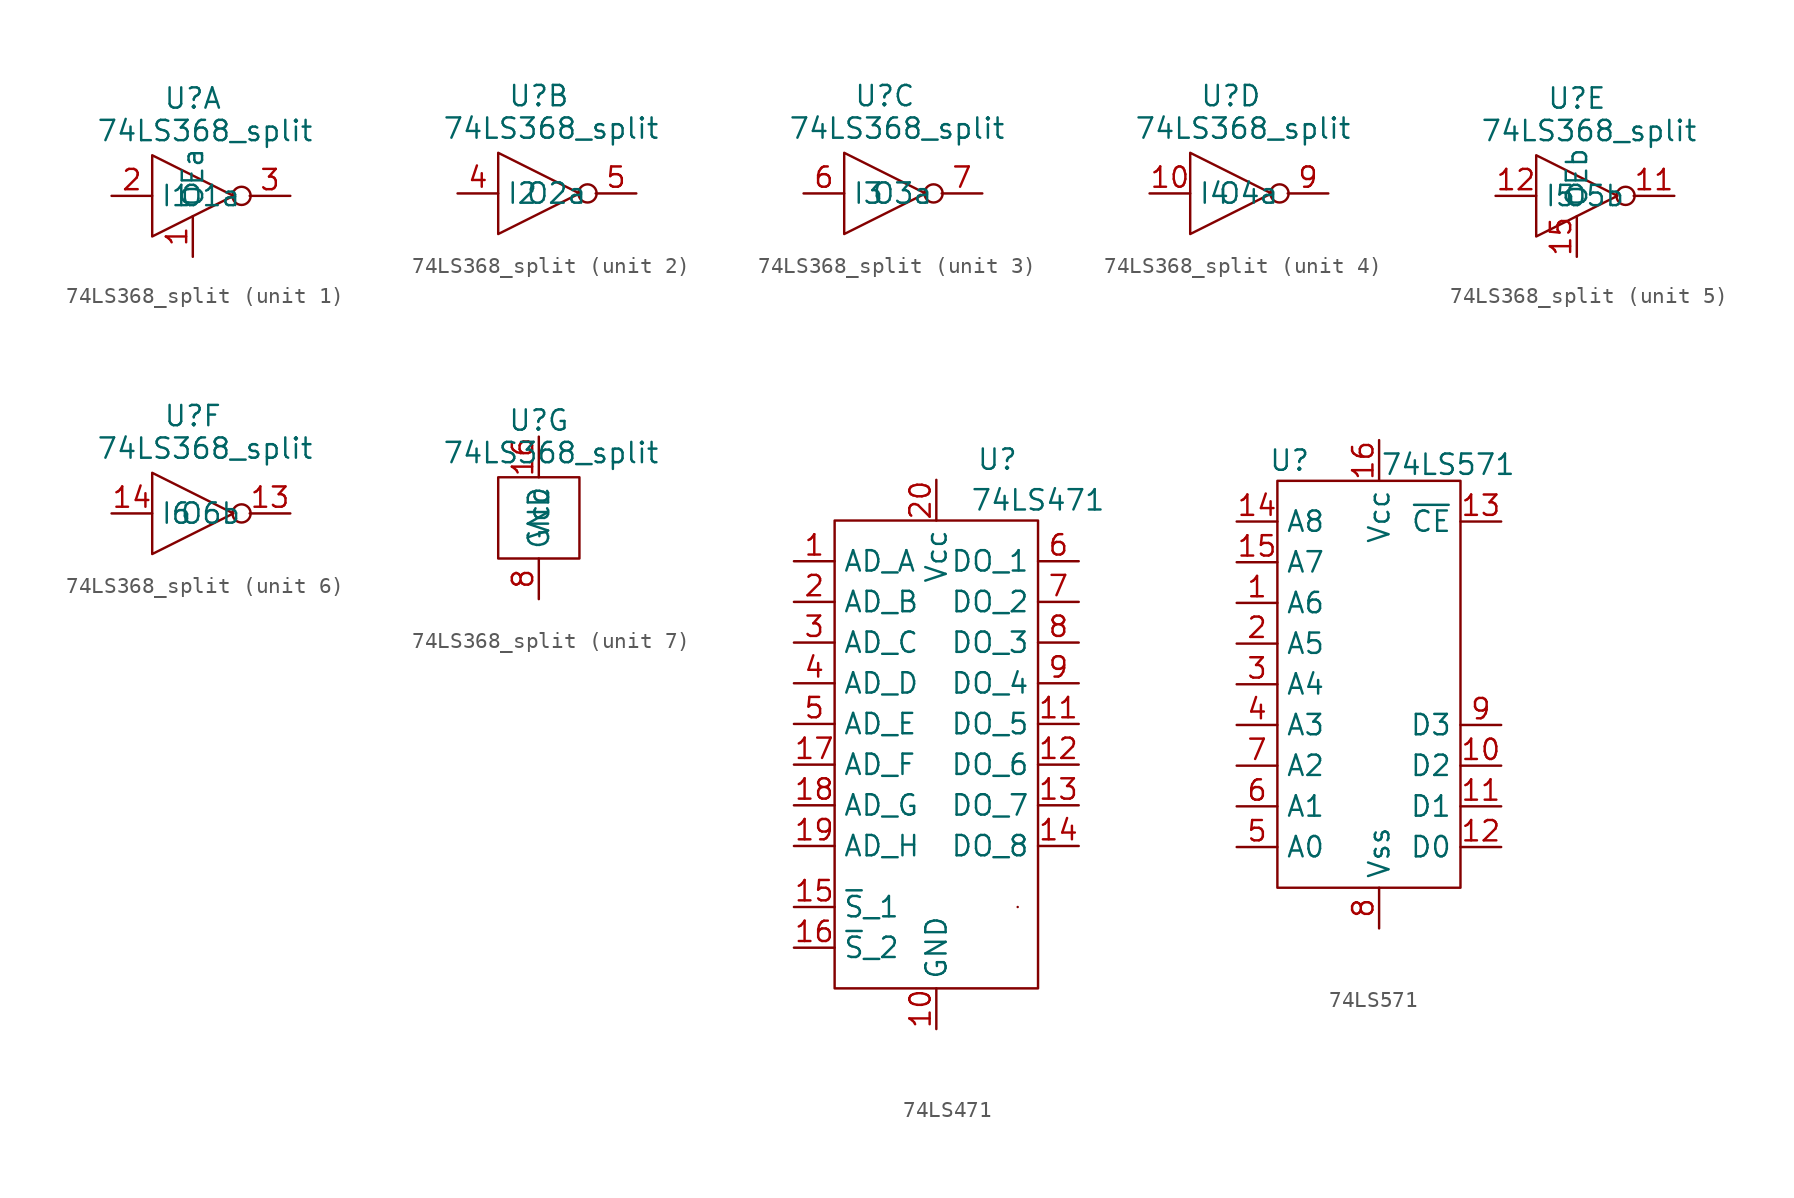
<source format=kicad_sym>
(kicad_symbol_lib
  (version 20231120)
  (generator "kicad_symbol_editor")
  (generator_version "8.0")
  (symbol "74LS368_split"
    (property "Reference" "U"
      (at 0 3.556 0)
      (effects (font (size 1.27 1.27))))
    (property "Value" "74LS368_split"
      (at 0.762 1.524 0)
      (effects (font (size 1.27 1.27))))
    (symbol "74LS368_split_1_1"
      (polyline (pts (xy -2.54 0) (xy 2.54 -2.54) (xy -2.54 -5.08) (xy -2.54 0)) (stroke (width 0.152) (type default)) (fill (type none)))
      (circle (center 3.048 -2.54) (radius 0.568) (stroke (width 0.152) (type default)) (fill (type none)))
      (pin input line (at 0 -6.35 90) (length 2.54) (name "OEa" (effects (font (size 1.27 1.27)))) (number "1" (effects (font (size 1.27 1.27)))))
      (pin input line (at -5.08 -2.54 0) (length 2.54) (name "I1" (effects (font (size 1.27 1.27)))) (number "2" (effects (font (size 1.27 1.27)))))
      (pin tri_state line (at 6.096 -2.54 180) (length 2.54) (name "O1a" (effects (font (size 1.27 1.27)))) (number "3" (effects (font (size 1.27 1.27))))))
    (symbol "74LS368_split_2_1"
      (polyline (pts (xy -2.54 0) (xy 2.54 -2.54) (xy -2.54 -5.08) (xy -2.54 0)) (stroke (width 0.152) (type default)) (fill (type none)))
      (circle (center 3.048 -2.54) (radius 0.568) (stroke (width 0.152) (type default)) (fill (type none)))
      (pin input line (at -5.08 -2.54 0) (length 2.54) (name "I2" (effects (font (size 1.27 1.27)))) (number "4" (effects (font (size 1.27 1.27)))))
      (pin tri_state line (at 6.096 -2.54 180) (length 2.54) (name "O2a" (effects (font (size 1.27 1.27)))) (number "5" (effects (font (size 1.27 1.27))))))
    (symbol "74LS368_split_3_1"
      (polyline (pts (xy -2.54 0) (xy 2.54 -2.54) (xy -2.54 -5.08) (xy -2.54 0)) (stroke (width 0.152) (type default)) (fill (type none)))
      (circle (center 3.048 -2.54) (radius 0.568) (stroke (width 0.152) (type default)) (fill (type none)))
      (pin input line (at -5.08 -2.54 0) (length 2.54) (name "I3" (effects (font (size 1.27 1.27)))) (number "6" (effects (font (size 1.27 1.27)))))
      (pin tri_state line (at 6.096 -2.54 180) (length 2.54) (name "O3a" (effects (font (size 1.27 1.27)))) (number "7" (effects (font (size 1.27 1.27))))))
    (symbol "74LS368_split_4_1"
      (polyline (pts (xy -2.54 0) (xy 2.54 -2.54) (xy -2.54 -5.08) (xy -2.54 0)) (stroke (width 0.152) (type default)) (fill (type none)))
      (circle (center 3.048 -2.54) (radius 0.568) (stroke (width 0.152) (type default)) (fill (type none)))
      (pin input line (at -5.08 -2.54 0) (length 2.54) (name "I4" (effects (font (size 1.27 1.27)))) (number "10" (effects (font (size 1.27 1.27)))))
      (pin tri_state line (at 6.096 -2.54 180) (length 2.54) (name "O4a" (effects (font (size 1.27 1.27)))) (number "9" (effects (font (size 1.27 1.27))))))
    (symbol "74LS368_split_5_1"
      (polyline (pts (xy -2.54 0) (xy 2.54 -2.54) (xy -2.54 -5.08) (xy -2.54 0)) (stroke (width 0.152) (type default)) (fill (type none)))
      (circle (center 3.048 -2.54) (radius 0.568) (stroke (width 0.152) (type default)) (fill (type none)))
      (pin tri_state line (at 6.096 -2.54 180) (length 2.54) (name "O5b" (effects (font (size 1.27 1.27)))) (number "11" (effects (font (size 1.27 1.27)))))
      (pin input line (at -5.08 -2.54 0) (length 2.54) (name "I5" (effects (font (size 1.27 1.27)))) (number "12" (effects (font (size 1.27 1.27)))))
      (pin input line (at 0 -6.35 90) (length 2.54) (name "OEb" (effects (font (size 1.27 1.27)))) (number "15" (effects (font (size 1.27 1.27))))))
    (symbol "74LS368_split_6_1"
      (polyline (pts (xy -2.54 0) (xy 2.54 -2.54) (xy -2.54 -5.08) (xy -2.54 0)) (stroke (width 0.152) (type default)) (fill (type none)))
      (circle (center 3.048 -2.54) (radius 0.568) (stroke (width 0.152) (type default)) (fill (type none)))
      (pin tri_state line (at 6.096 -2.54 180) (length 2.54) (name "O6b" (effects (font (size 1.27 1.27)))) (number "13" (effects (font (size 1.27 1.27)))))
      (pin input line (at -5.08 -2.54 0) (length 2.54) (name "I6" (effects (font (size 1.27 1.27)))) (number "14" (effects (font (size 1.27 1.27))))))
    (symbol "74LS368_split_7_1"
      (rectangle (start -2.54 0) (end 2.54 -5.08) (stroke (width 0.152) (type default)) (fill (type none)))
      (pin power_in line (at 0 2.54 270) (length 2.54) (name "Vcc" (effects (font (size 1.27 1.27)))) (number "16" (effects (font (size 1.27 1.27)))))
      (pin power_in line (at 0 -7.62 90) (length 2.54) (name "GND" (effects (font (size 1.27 1.27)))) (number "8" (effects (font (size 1.27 1.27)))))))
  (symbol "74LS471"
    (property "Reference" "U"
      (at 3.81 3.81 0)
      (effects (font (size 1.27 1.27))))
    (property "Value" "74LS471"
      (at 6.35 1.27 0)
      (effects (font (size 1.27 1.27))))
    (symbol "74LS471_0_1"
      (rectangle (start -6.35 0) (end 6.35 -29.21) (stroke (width 0.152) (type default)) (fill (type none)))
      (rectangle (start 5.08 -24.13) (end 5.08 -24.13) (stroke (width 0.152) (type default)) (fill (type none))))
    (symbol "74LS471_1_1"
      (pin input line (at -8.89 -2.54 0) (length 2.54) (name "AD_A" (effects (font (size 1.27 1.27)))) (number "1" (effects (font (size 1.27 1.27)))))
      (pin power_in line (at 0 -31.75 90) (length 2.54) (name "GND" (effects (font (size 1.27 1.27)))) (number "10" (effects (font (size 1.27 1.27)))))
      (pin tri_state line (at 8.89 -12.7 180) (length 2.54) (name "DO_5" (effects (font (size 1.27 1.27)))) (number "11" (effects (font (size 1.27 1.27)))))
      (pin tri_state line (at 8.89 -15.24 180) (length 2.54) (name "DO_6" (effects (font (size 1.27 1.27)))) (number "12" (effects (font (size 1.27 1.27)))))
      (pin tri_state line (at 8.89 -17.78 180) (length 2.54) (name "DO_7" (effects (font (size 1.27 1.27)))) (number "13" (effects (font (size 1.27 1.27)))))
      (pin tri_state line (at 8.89 -20.32 180) (length 2.54) (name "DO_8" (effects (font (size 1.27 1.27)))) (number "14" (effects (font (size 1.27 1.27)))))
      (pin input line (at -8.89 -24.13 0) (length 2.54) (name "~{S}_1" (effects (font (size 1.27 1.27)))) (number "15" (effects (font (size 1.27 1.27)))))
      (pin input line (at -8.89 -26.67 0) (length 2.54) (name "~{S}_2" (effects (font (size 1.27 1.27)))) (number "16" (effects (font (size 1.27 1.27)))))
      (pin input line (at -8.89 -15.24 0) (length 2.54) (name "AD_F" (effects (font (size 1.27 1.27)))) (number "17" (effects (font (size 1.27 1.27)))))
      (pin input line (at -8.89 -17.78 0) (length 2.54) (name "AD_G" (effects (font (size 1.27 1.27)))) (number "18" (effects (font (size 1.27 1.27)))))
      (pin input line (at -8.89 -20.32 0) (length 2.54) (name "AD_H" (effects (font (size 1.27 1.27)))) (number "19" (effects (font (size 1.27 1.27)))))
      (pin input line (at -8.89 -5.08 0) (length 2.54) (name "AD_B" (effects (font (size 1.27 1.27)))) (number "2" (effects (font (size 1.27 1.27)))))
      (pin power_in line (at 0 2.54 270) (length 2.54) (name "Vcc" (effects (font (size 1.27 1.27)))) (number "20" (effects (font (size 1.27 1.27)))))
      (pin input line (at -8.89 -7.62 0) (length 2.54) (name "AD_C" (effects (font (size 1.27 1.27)))) (number "3" (effects (font (size 1.27 1.27)))))
      (pin input line (at -8.89 -10.16 0) (length 2.54) (name "AD_D" (effects (font (size 1.27 1.27)))) (number "4" (effects (font (size 1.27 1.27)))))
      (pin input line (at -8.89 -12.7 0) (length 2.54) (name "AD_E" (effects (font (size 1.27 1.27)))) (number "5" (effects (font (size 1.27 1.27)))))
      (pin tri_state line (at 8.89 -2.54 180) (length 2.54) (name "DO_1" (effects (font (size 1.27 1.27)))) (number "6" (effects (font (size 1.27 1.27)))))
      (pin tri_state line (at 8.89 -5.08 180) (length 2.54) (name "DO_2" (effects (font (size 1.27 1.27)))) (number "7" (effects (font (size 1.27 1.27)))))
      (pin tri_state line (at 8.89 -7.62 180) (length 2.54) (name "DO_3" (effects (font (size 1.27 1.27)))) (number "8" (effects (font (size 1.27 1.27)))))
      (pin tri_state line (at 8.89 -10.16 180) (length 2.54) (name "DO_4" (effects (font (size 1.27 1.27)))) (number "9" (effects (font (size 1.27 1.27)))))))
  (symbol "74LS571"
    (property "Reference" "U"
      (at -5.588 0 0)
      (effects (font (size 1.27 1.27))))
    (property "Value" "74LS571"
      (at 4.318 -0.254 0)
      (effects (font (size 1.27 1.27))))
    (symbol "74LS571_0_1"
      (rectangle (start -6.35 -1.27) (end 5.08 -26.67) (stroke (width 0) (type default)) (fill (type none))))
    (symbol "74LS571_1_1"
      (pin input line (at -8.89 -8.89 0) (length 2.54) (name "A6" (effects (font (size 1.27 1.27)))) (number "1" (effects (font (size 1.27 1.27)))))
      (pin output line (at 7.62 -19.05 180) (length 2.54) (name "D2" (effects (font (size 1.27 1.27)))) (number "10" (effects (font (size 1.27 1.27)))))
      (pin output line (at 7.62 -21.59 180) (length 2.54) (name "D1" (effects (font (size 1.27 1.27)))) (number "11" (effects (font (size 1.27 1.27)))))
      (pin output line (at 7.62 -24.13 180) (length 2.54) (name "D0" (effects (font (size 1.27 1.27)))) (number "12" (effects (font (size 1.27 1.27)))))
      (pin output line (at 7.62 -3.81 180) (length 2.54) (name "~{CE}" (effects (font (size 1.27 1.27)))) (number "13" (effects (font (size 1.27 1.27)))))
      (pin input line (at -8.89 -3.81 0) (length 2.54) (name "A8" (effects (font (size 1.27 1.27)))) (number "14" (effects (font (size 1.27 1.27)))))
      (pin input line (at -8.89 -6.35 0) (length 2.54) (name "A7" (effects (font (size 1.27 1.27)))) (number "15" (effects (font (size 1.27 1.27)))))
      (pin power_in line (at 0 1.27 270) (length 2.54) (name "Vcc" (effects (font (size 1.27 1.27)))) (number "16" (effects (font (size 1.27 1.27)))))
      (pin input line (at -8.89 -11.43 0) (length 2.54) (name "A5" (effects (font (size 1.27 1.27)))) (number "2" (effects (font (size 1.27 1.27)))))
      (pin input line (at -8.89 -13.97 0) (length 2.54) (name "A4" (effects (font (size 1.27 1.27)))) (number "3" (effects (font (size 1.27 1.27)))))
      (pin input line (at -8.89 -16.51 0) (length 2.54) (name "A3" (effects (font (size 1.27 1.27)))) (number "4" (effects (font (size 1.27 1.27)))))
      (pin input line (at -8.89 -24.13 0) (length 2.54) (name "A0" (effects (font (size 1.27 1.27)))) (number "5" (effects (font (size 1.27 1.27)))))
      (pin input line (at -8.89 -21.59 0) (length 2.54) (name "A1" (effects (font (size 1.27 1.27)))) (number "6" (effects (font (size 1.27 1.27)))))
      (pin input line (at -8.89 -19.05 0) (length 2.54) (name "A2" (effects (font (size 1.27 1.27)))) (number "7" (effects (font (size 1.27 1.27)))))
      (pin power_in line (at 0 -29.21 90) (length 2.54) (name "Vss" (effects (font (size 1.27 1.27)))) (number "8" (effects (font (size 1.27 1.27)))))
      (pin output line (at 7.62 -16.51 180) (length 2.54) (name "D3" (effects (font (size 1.27 1.27)))) (number "9" (effects (font (size 1.27 1.27))))))))
</source>
